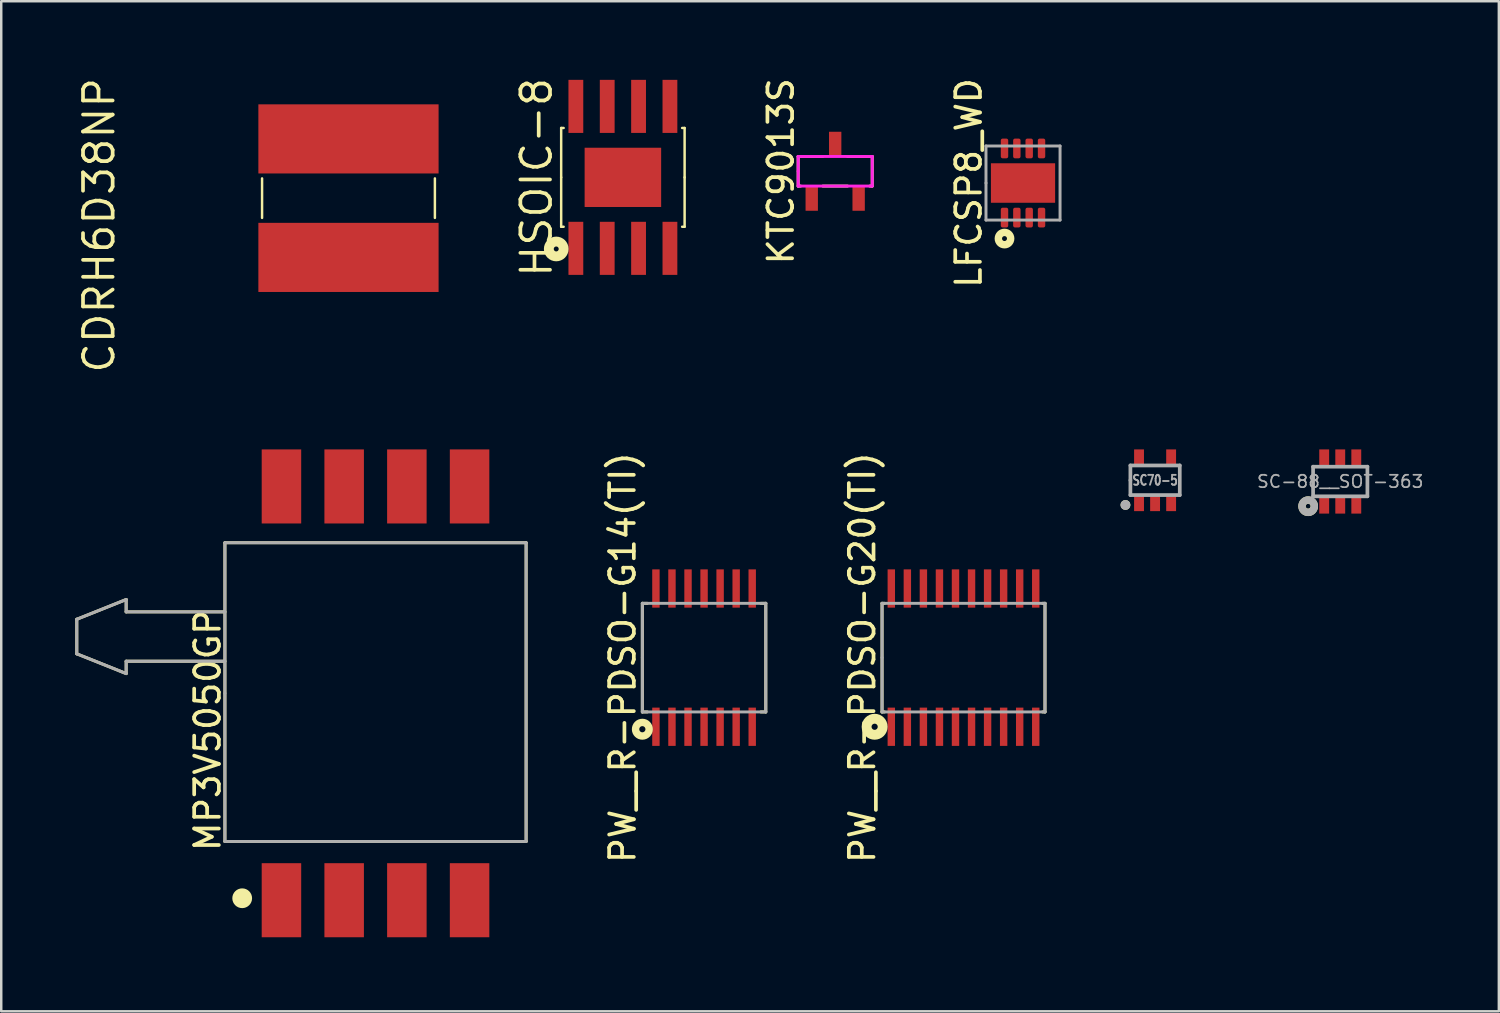
<source format=kicad_pcb>
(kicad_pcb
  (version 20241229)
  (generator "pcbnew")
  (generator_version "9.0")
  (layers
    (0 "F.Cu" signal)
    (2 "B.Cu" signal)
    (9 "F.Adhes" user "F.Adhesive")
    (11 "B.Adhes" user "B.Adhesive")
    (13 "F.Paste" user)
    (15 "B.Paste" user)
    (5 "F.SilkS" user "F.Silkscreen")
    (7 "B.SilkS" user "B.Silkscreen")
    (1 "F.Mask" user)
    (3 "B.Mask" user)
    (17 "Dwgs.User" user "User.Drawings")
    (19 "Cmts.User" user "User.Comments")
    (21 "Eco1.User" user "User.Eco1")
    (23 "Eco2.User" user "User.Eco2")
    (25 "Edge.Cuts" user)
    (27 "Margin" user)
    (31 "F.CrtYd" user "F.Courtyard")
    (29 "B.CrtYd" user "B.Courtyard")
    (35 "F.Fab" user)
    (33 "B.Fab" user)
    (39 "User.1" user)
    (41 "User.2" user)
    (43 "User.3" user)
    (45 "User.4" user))
  (footprint "CDRH6D38NP"
    (layer "F.Cu")
    (at 11.065 4.976)
    (property "Reference" "CDRH6D38NP" (at -10.1 1.1 90) (layer "F.SilkS") (effects (font (size 1.2 1.2) (thickness 0.15))))
    (attr through_hole)
    (fp_line (start -3.5 -0.8) (end -3.5 0.8) (stroke (width 0.1) (type solid)) (layer "F.SilkS"))
    (fp_line (start 3.5 -0.8) (end 3.5 0.8) (stroke (width 0.1) (type solid)) (layer "F.SilkS"))
    (pad "1" smd rect (at 0 2.4) (size 7.3 2.8) (layers "F.Cu" "F.Mask" "F.Paste"))
    (pad "2" smd rect (at 0 -2.4) (size 7.3 2.8) (layers "F.Cu" "F.Mask" "F.Paste")))
  (footprint "SC-88__SOT-363"
    (layer "F.Cu")
    (at 51.236 16.453)
    (property "Reference" "SC-88__SOT-363" (at 0 0 180) (layer "F.Fab") (effects (font (size 0.5 0.5) (thickness 0.07))))
    (attr through_hole)
    (fp_circle (center -1.3 1) (end -1.2 1) (stroke (width 0.3) (type solid)) (fill no) (layer "F.SilkS"))
    (fp_line (start -1.1 -0.6) (end 1.1 -0.6) (stroke (width 0.15) (type solid)) (layer "F.Fab"))
    (fp_line (start -1.1 0.6) (end -1.1 -0.6) (stroke (width 0.15) (type solid)) (layer "F.Fab"))
    (fp_line (start 1.1 -0.6) (end 1.1 0.6) (stroke (width 0.15) (type solid)) (layer "F.Fab"))
    (fp_line (start 1.1 0.6) (end -1.1 0.6) (stroke (width 0.15) (type solid)) (layer "F.Fab"))
    (fp_circle (center -1.3 1) (end -1.2 1) (stroke (width 0.3) (type solid)) (fill no) (layer "F.Fab"))
    (pad "1" smd rect (at -0.65 0.95) (size 0.4 0.7) (layers "F.Cu" "F.Mask" "F.Paste"))
    (pad "2" smd rect (at 0 0.95) (size 0.4 0.7) (layers "F.Cu" "F.Mask" "F.Paste"))
    (pad "3" smd rect (at 0.65 0.95) (size 0.4 0.7) (layers "F.Cu" "F.Mask" "F.Paste"))
    (pad "4" smd rect (at 0.65 -0.95) (size 0.4 0.7) (layers "F.Cu" "F.Mask" "F.Paste"))
    (pad "5" smd rect (at 0 -0.95) (size 0.4 0.7) (layers "F.Cu" "F.Mask" "F.Paste"))
    (pad "6" smd rect (at -0.65 -0.95) (size 0.4 0.7) (layers "F.Cu" "F.Mask" "F.Paste")))
  (footprint "PW__R-PDSO-G20(TI)"
    (layer "F.Cu")
    (at 35.977 23.587)
    (property "Reference" "PW__R-PDSO-G20(TI)" (at -4.1 0 90) (layer "F.SilkS") (effects (font (size 1 1) (thickness 0.15))))
    (attr smd)
    (fp_line (start -3.3 -2.2) (end -3.3 2.2) (stroke (width 0.12) (type solid)) (layer "F.SilkS"))
    (fp_line (start -3.3 2.2) (end -3.2 2.2) (stroke (width 0.12) (type solid)) (layer "F.SilkS"))
    (fp_line (start -3.2 -2.2) (end -3.3 -2.2) (stroke (width 0.12) (type solid)) (layer "F.SilkS"))
    (fp_line (start 3.2 -2.2) (end 3.3 -2.2) (stroke (width 0.12) (type solid)) (layer "F.SilkS"))
    (fp_line (start 3.3 -2.2) (end 3.3 2.2) (stroke (width 0.12) (type solid)) (layer "F.SilkS"))
    (fp_line (start 3.3 2.2) (end 3.2 2.2) (stroke (width 0.12) (type solid)) (layer "F.SilkS"))
    (fp_circle (center -3.6 2.8) (end -3.475 2.8) (stroke (width 0.4) (type solid)) (fill no) (layer "F.SilkS"))
    (fp_line (start -3.3 -2.2) (end 3.3 -2.2) (stroke (width 0.12) (type solid)) (layer "F.Fab"))
    (fp_line (start -3.3 0) (end -3.3 -2.2) (stroke (width 0.12) (type solid)) (layer "F.Fab"))
    (fp_line (start -3.3 2.2) (end -3.3 0) (stroke (width 0.12) (type solid)) (layer "F.Fab"))
    (fp_line (start 3.3 -2.2) (end 3.3 2.2) (stroke (width 0.12) (type solid)) (layer "F.Fab"))
    (fp_line (start 3.3 2.2) (end -3.3 2.2) (stroke (width 0.12) (type solid)) (layer "F.Fab"))
    (pad "1" smd rect (at -2.925 2.8) (size 0.3 1.55) (layers "F.Cu" "F.Mask" "F.Paste"))
    (pad "2" smd rect (at -2.275 2.8) (size 0.3 1.55) (layers "F.Cu" "F.Mask" "F.Paste"))
    (pad "3" smd rect (at -1.625 2.8) (size 0.3 1.55) (layers "F.Cu" "F.Mask" "F.Paste"))
    (pad "4" smd rect (at -0.975 2.8) (size 0.3 1.55) (layers "F.Cu" "F.Mask" "F.Paste"))
    (pad "5" smd rect (at -0.325 2.8) (size 0.3 1.55) (layers "F.Cu" "F.Mask" "F.Paste"))
    (pad "6" smd rect (at 0.325 2.8) (size 0.3 1.55) (layers "F.Cu" "F.Mask" "F.Paste"))
    (pad "7" smd rect (at 0.975 2.8) (size 0.3 1.55) (layers "F.Cu" "F.Mask" "F.Paste"))
    (pad "8" smd rect (at 1.625 2.8) (size 0.3 1.55) (layers "F.Cu" "F.Mask" "F.Paste"))
    (pad "9" smd rect (at 2.275 2.8) (size 0.3 1.55) (layers "F.Cu" "F.Mask" "F.Paste"))
    (pad "10" smd rect (at 2.925 2.8) (size 0.3 1.55) (layers "F.Cu" "F.Mask" "F.Paste"))
    (pad "11" smd rect (at 2.925 -2.8) (size 0.3 1.55) (layers "F.Cu" "F.Mask" "F.Paste"))
    (pad "12" smd rect (at 2.275 -2.8) (size 0.3 1.55) (layers "F.Cu" "F.Mask" "F.Paste"))
    (pad "13" smd rect (at 1.625 -2.8) (size 0.3 1.55) (layers "F.Cu" "F.Mask" "F.Paste"))
    (pad "14" smd rect (at 0.975 -2.8) (size 0.3 1.55) (layers "F.Cu" "F.Mask" "F.Paste"))
    (pad "15" smd rect (at 0.325 -2.8) (size 0.3 1.55) (layers "F.Cu" "F.Mask" "F.Paste"))
    (pad "16" smd rect (at -0.325 -2.8) (size 0.3 1.55) (layers "F.Cu" "F.Mask" "F.Paste"))
    (pad "17" smd rect (at -0.975 -2.8) (size 0.3 1.55) (layers "F.Cu" "F.Mask" "F.Paste"))
    (pad "18" smd rect (at -1.625 -2.8) (size 0.3 1.55) (layers "F.Cu" "F.Mask" "F.Paste"))
    (pad "19" smd rect (at -2.275 -2.8) (size 0.3 1.55) (layers "F.Cu" "F.Mask" "F.Paste"))
    (pad "20" smd rect (at -2.925 -2.8) (size 0.3 1.55) (layers "F.Cu" "F.Mask" "F.Paste")))
  (footprint "SC70-5"
    (layer "F.Cu")
    (at 43.736 16.403)
    (property "Reference" "SC70-5" (at 0 0 0) (layer "F.Fab") (effects (font (size 0.4 0.3) (thickness 0.075))))
    (attr through_hole)
    (fp_circle (center -1.2 1) (end -1.1 1) (stroke (width 0.2) (type solid)) (fill no) (layer "F.SilkS"))
    (fp_line (start -1 -0.6) (end 1 -0.6) (stroke (width 0.15) (type solid)) (layer "F.Fab"))
    (fp_line (start -1 0) (end -1 -0.6) (stroke (width 0.15) (type solid)) (layer "F.Fab"))
    (fp_line (start -1 0.6) (end -1 0) (stroke (width 0.15) (type solid)) (layer "F.Fab"))
    (fp_line (start 1 -0.6) (end 1 0.6) (stroke (width 0.15) (type solid)) (layer "F.Fab"))
    (fp_line (start 1 0.6) (end -1 0.6) (stroke (width 0.15) (type solid)) (layer "F.Fab"))
    (fp_circle (center -1.2 1) (end -1.1 1) (stroke (width 0.2) (type solid)) (fill no) (layer "F.Fab"))
    (pad "1" smd rect (at -0.65 0.95) (size 0.4 0.6) (layers "F.Cu" "F.Mask" "F.Paste"))
    (pad "2" smd rect (at 0 0.95) (size 0.4 0.6) (layers "F.Cu" "F.Mask" "F.Paste"))
    (pad "3" smd rect (at 0.65 0.95) (size 0.4 0.6) (layers "F.Cu" "F.Mask" "F.Paste"))
    (pad "4" smd rect (at 0.65 -0.95) (size 0.4 0.6) (layers "F.Cu" "F.Mask" "F.Paste"))
    (pad "5" smd rect (at -0.65 -0.95) (size 0.4 0.6) (layers "F.Cu" "F.Mask" "F.Paste")))
  (footprint "PW__R-PDSO-G14(TI)"
    (layer "F.Cu")
    (at 25.468 23.587)
    (property "Reference" "PW__R-PDSO-G14(TI)" (at -3.3 0 90) (layer "F.SilkS") (effects (font (size 1 1) (thickness 0.15))))
    (attr smd)
    (fp_line (start -2.5 -2.2) (end -2.5 2.2) (stroke (width 0.12) (type solid)) (layer "F.SilkS"))
    (fp_line (start -2.5 2.2) (end -2.3 2.2) (stroke (width 0.12) (type solid)) (layer "F.SilkS"))
    (fp_line (start -2.3 -2.2) (end -2.5 -2.2) (stroke (width 0.12) (type solid)) (layer "F.SilkS"))
    (fp_line (start 2.3 -2.2) (end 2.5 -2.2) (stroke (width 0.12) (type solid)) (layer "F.SilkS"))
    (fp_line (start 2.5 -2.2) (end 2.5 2.2) (stroke (width 0.12) (type solid)) (layer "F.SilkS"))
    (fp_line (start 2.5 2.2) (end 2.3 2.2) (stroke (width 0.12) (type solid)) (layer "F.SilkS"))
    (fp_circle (center -2.5 2.9) (end -2.375 2.9) (stroke (width 0.3) (type solid)) (fill no) (layer "F.SilkS"))
    (fp_line (start -2.5 -2.2) (end 2.5 -2.2) (stroke (width 0.12) (type solid)) (layer "F.Fab"))
    (fp_line (start -2.5 0) (end -2.5 -2.2) (stroke (width 0.12) (type solid)) (layer "F.Fab"))
    (fp_line (start -2.5 2.2) (end -2.5 0) (stroke (width 0.12) (type solid)) (layer "F.Fab"))
    (fp_line (start 2.5 -2.2) (end 2.5 2.2) (stroke (width 0.12) (type solid)) (layer "F.Fab"))
    (fp_line (start 2.5 2.2) (end -2.5 2.2) (stroke (width 0.12) (type solid)) (layer "F.Fab"))
    (pad "1" smd rect (at -1.95 2.8) (size 0.3 1.55) (layers "F.Cu" "F.Mask" "F.Paste"))
    (pad "2" smd rect (at -1.3 2.8) (size 0.3 1.55) (layers "F.Cu" "F.Mask" "F.Paste"))
    (pad "3" smd rect (at -0.65 2.8) (size 0.3 1.55) (layers "F.Cu" "F.Mask" "F.Paste"))
    (pad "4" smd rect (at 0 2.8) (size 0.3 1.55) (layers "F.Cu" "F.Mask" "F.Paste"))
    (pad "5" smd rect (at 0.65 2.8) (size 0.3 1.55) (layers "F.Cu" "F.Mask" "F.Paste"))
    (pad "6" smd rect (at 1.3 2.8) (size 0.3 1.55) (layers "F.Cu" "F.Mask" "F.Paste"))
    (pad "7" smd rect (at 1.95 2.8) (size 0.3 1.55) (layers "F.Cu" "F.Mask" "F.Paste"))
    (pad "8" smd rect (at 1.95 -2.8) (size 0.3 1.55) (layers "F.Cu" "F.Mask" "F.Paste"))
    (pad "9" smd rect (at 1.3 -2.8) (size 0.3 1.55) (layers "F.Cu" "F.Mask" "F.Paste"))
    (pad "10" smd rect (at 0.65 -2.8) (size 0.3 1.55) (layers "F.Cu" "F.Mask" "F.Paste"))
    (pad "11" smd rect (at 0 -2.8) (size 0.3 1.55) (layers "F.Cu" "F.Mask" "F.Paste"))
    (pad "12" smd rect (at -0.65 -2.8) (size 0.3 1.55) (layers "F.Cu" "F.Mask" "F.Paste"))
    (pad "13" smd rect (at -1.3 -2.8) (size 0.3 1.55) (layers "F.Cu" "F.Mask" "F.Paste"))
    (pad "14" smd rect (at -1.95 -2.8) (size 0.3 1.55) (layers "F.Cu" "F.Mask" "F.Paste")))
  (footprint "HSOIC-8"
    (layer "F.Cu")
    (at 22.18 4.134)
    (property "Reference" "HSOIC-8" (at -3.5 0 90) (layer "F.SilkS") (effects (font (size 1.2 1.2) (thickness 0.15))))
    (attr through_hole)
    (fp_line (start -2.5 -2) (end -2.4 -2) (stroke (width 0.1) (type solid)) (layer "F.SilkS"))
    (fp_line (start -2.5 0) (end -2.5 -2) (stroke (width 0.1) (type solid)) (layer "F.SilkS"))
    (fp_line (start -2.5 0) (end -2.5 2) (stroke (width 0.1) (type solid)) (layer "F.SilkS"))
    (fp_line (start -2.5 2) (end -2.4 2) (stroke (width 0.1) (type solid)) (layer "F.SilkS"))
    (fp_line (start 2.5 -2) (end 2.4 -2) (stroke (width 0.1) (type solid)) (layer "F.SilkS"))
    (fp_line (start 2.5 0) (end 2.5 -2) (stroke (width 0.1) (type solid)) (layer "F.SilkS"))
    (fp_line (start 2.5 0) (end 2.5 2) (stroke (width 0.1) (type solid)) (layer "F.SilkS"))
    (fp_line (start 2.5 2) (end 2.4 2) (stroke (width 0.1) (type solid)) (layer "F.SilkS"))
    (fp_circle (center -2.7 2.9) (end -2.6 2.9) (stroke (width 0.4) (type solid)) (fill no) (layer "F.SilkS"))
    (pad "1" smd rect (at -1.905 2.875) (size 0.6 2.15) (layers "F.Cu" "F.Mask" "F.Paste"))
    (pad "2" smd rect (at -0.635 2.875) (size 0.6 2.15) (layers "F.Cu" "F.Mask" "F.Paste"))
    (pad "3" smd rect (at 0.635 2.875) (size 0.6 2.15) (layers "F.Cu" "F.Mask" "F.Paste"))
    (pad "4" smd rect (at 1.905 2.875) (size 0.6 2.15) (layers "F.Cu" "F.Mask" "F.Paste"))
    (pad "5" smd rect (at 1.905 -2.875) (size 0.6 2.15) (layers "F.Cu" "F.Mask" "F.Paste"))
    (pad "6" smd rect (at 0.635 -2.875) (size 0.6 2.15) (layers "F.Cu" "F.Mask" "F.Paste"))
    (pad "7" smd rect (at -0.635 -2.875) (size 0.6 2.15) (layers "F.Cu" "F.Mask" "F.Paste"))
    (pad "8" smd rect (at -1.905 -2.875) (size 0.6 2.15) (layers "F.Cu" "F.Mask" "F.Paste"))
    (pad "8" smd rect (at 0 0) (size 3.1 2.4) (layers "F.Cu" "F.Mask" "F.Paste")))
  (footprint "MP3V5050GP"
    (layer "F.Cu")
    (at 12.16 25.033)
    (property "Reference" "MP3V5050GP" (at -6.8 1.5 90) (layer "F.SilkS") (effects (font (size 1 1) (thickness 0.15))))
    (attr smd)
    (fp_line (start -12.1 -3) (end -12.1 -1.6) (stroke (width 0.12) (type solid)) (layer "F.SilkS"))
    (fp_line (start -12.1 -1.6) (end -10.1 -0.8) (stroke (width 0.12) (type solid)) (layer "F.SilkS"))
    (fp_line (start -10.1 -3.8) (end -12.1 -3) (stroke (width 0.12) (type solid)) (layer "F.SilkS"))
    (fp_line (start -10.1 -3.3) (end -10.1 -3.8) (stroke (width 0.12) (type solid)) (layer "F.SilkS"))
    (fp_line (start -10.1 -3.3) (end -6.1 -3.3) (stroke (width 0.12) (type solid)) (layer "F.SilkS"))
    (fp_line (start -10.1 -1.3) (end -10.1 -0.8) (stroke (width 0.12) (type solid)) (layer "F.SilkS"))
    (fp_line (start -6.1 -6.1) (end 6.1 -6.1) (stroke (width 0.12) (type solid)) (layer "F.SilkS"))
    (fp_line (start -6.1 -1.3) (end -10.1 -1.3) (stroke (width 0.12) (type solid)) (layer "F.SilkS"))
    (fp_line (start -6.1 6) (end -6.1 -6.1) (stroke (width 0.12) (type solid)) (layer "F.SilkS"))
    (fp_line (start 6.1 -6.1) (end 6.1 6) (stroke (width 0.12) (type solid)) (layer "F.SilkS"))
    (fp_line (start 6.1 6) (end -6.1 6) (stroke (width 0.12) (type solid)) (layer "F.SilkS"))
    (fp_circle (center -5.4 8.3) (end -5.2 8.3) (stroke (width 0.4) (type solid)) (fill no) (layer "F.SilkS"))
    (fp_line (start -12.1 -3) (end -10.1 -3.8) (stroke (width 0.12) (type solid)) (layer "F.Fab"))
    (fp_line (start -12.1 -1.6) (end -12.1 -3) (stroke (width 0.12) (type solid)) (layer "F.Fab"))
    (fp_line (start -10.1 -3.8) (end -10.1 -3.3) (stroke (width 0.12) (type solid)) (layer "F.Fab"))
    (fp_line (start -10.1 -3.3) (end -6.1 -3.3) (stroke (width 0.12) (type solid)) (layer "F.Fab"))
    (fp_line (start -10.1 -1.3) (end -10.1 -0.8) (stroke (width 0.12) (type solid)) (layer "F.Fab"))
    (fp_line (start -10.1 -0.8) (end -12.1 -1.6) (stroke (width 0.12) (type solid)) (layer "F.Fab"))
    (fp_line (start -6.1 -6.1) (end 6.1 -6.1) (stroke (width 0.12) (type solid)) (layer "F.Fab"))
    (fp_line (start -6.1 -1.3) (end -10.1 -1.3) (stroke (width 0.12) (type solid)) (layer "F.Fab"))
    (fp_line (start -6.1 0) (end -6.1 -6.1) (stroke (width 0.12) (type solid)) (layer "F.Fab"))
    (fp_line (start -6.1 6) (end -6.1 0) (stroke (width 0.12) (type solid)) (layer "F.Fab"))
    (fp_line (start 6.1 -6.1) (end 6.1 6) (stroke (width 0.12) (type solid)) (layer "F.Fab"))
    (fp_line (start 6.1 6) (end -6.1 6) (stroke (width 0.12) (type solid)) (layer "F.Fab"))
    (pad "1" smd rect (at -3.81 8.38) (size 1.6 3) (layers "F.Cu" "F.Mask" "F.Paste"))
    (pad "2" smd rect (at -1.27 8.38) (size 1.6 3) (layers "F.Cu" "F.Mask" "F.Paste"))
    (pad "3" smd rect (at 1.27 8.38) (size 1.6 3) (layers "F.Cu" "F.Mask" "F.Paste"))
    (pad "4" smd rect (at 3.81 8.38) (size 1.6 3) (layers "F.Cu" "F.Mask" "F.Paste"))
    (pad "5" smd rect (at 3.81 -8.38) (size 1.6 3) (layers "F.Cu" "F.Mask" "F.Paste"))
    (pad "6" smd rect (at 1.27 -8.38) (size 1.6 3) (layers "F.Cu" "F.Mask" "F.Paste"))
    (pad "7" smd rect (at -1.27 -8.38) (size 1.6 3) (layers "F.Cu" "F.Mask" "F.Paste"))
    (pad "8" smd rect (at -3.81 -8.38) (size 1.6 3) (layers "F.Cu" "F.Mask" "F.Paste")))
  (footprint "KTC9013S"
    (layer "F.Cu")
    (at 30.779 3.887)
    (property "Reference" "KTC9013S" (at -2.2 0 90) (layer "F.SilkS") (effects (font (size 1 1) (thickness 0.15))))
    (attr smd)
    (fp_line (start -1.5 -0.6) (end -1.5 0.6) (stroke (width 0.12) (type solid)) (layer "F.SilkS"))
    (fp_line (start -1.5 0.6) (end -1.4 0.6) (stroke (width 0.12) (type solid)) (layer "F.SilkS"))
    (fp_line (start -0.5 -0.6) (end -1.5 -0.6) (stroke (width 0.12) (type solid)) (layer "F.SilkS"))
    (fp_line (start -0.5 0.6) (end 0.5 0.6) (stroke (width 0.12) (type solid)) (layer "F.SilkS"))
    (fp_line (start 1.4 0.6) (end 1.5 0.6) (stroke (width 0.12) (type solid)) (layer "F.SilkS"))
    (fp_line (start 1.5 -0.6) (end 0.5 -0.6) (stroke (width 0.12) (type solid)) (layer "F.SilkS"))
    (fp_line (start 1.5 0.6) (end 1.5 -0.6) (stroke (width 0.12) (type solid)) (layer "F.SilkS"))
    (fp_line (start -1.5 -0.6) (end 1.5 -0.6) (stroke (width 0.12) (type solid)) (layer "F.CrtYd"))
    (fp_line (start -1.5 0) (end -1.5 -0.6) (stroke (width 0.12) (type solid)) (layer "F.CrtYd"))
    (fp_line (start -1.5 0.6) (end -1.5 0) (stroke (width 0.12) (type solid)) (layer "F.CrtYd"))
    (fp_line (start 1.5 -0.6) (end 1.5 0.6) (stroke (width 0.12) (type solid)) (layer "F.CrtYd"))
    (fp_line (start 1.5 0.6) (end -1.5 0.6) (stroke (width 0.12) (type solid)) (layer "F.CrtYd"))
    (pad "1" smd rect (at 0.95 1.1) (size 0.5 1) (layers "F.Cu" "F.Mask" "F.Paste"))
    (pad "2" smd rect (at -0.95 1.1) (size 0.5 1) (layers "F.Cu" "F.Mask" "F.Paste"))
    (pad "3" smd rect (at 0 -1.1) (size 0.5 1) (layers "F.Cu" "F.Mask" "F.Paste")))
  (footprint "LFCSP8_WD"
    (layer "F.Cu")
    (at 38.387 4.363)
    (property "Reference" "LFCSP8_WD" (at -2.2 0 90) (layer "F.SilkS") (effects (font (size 1 1) (thickness 0.15))))
    (attr smd)
    (fp_circle (center -0.75 2.25) (end -0.65 2.25) (stroke (width 0.3) (type solid)) (fill no) (layer "F.SilkS"))
    (fp_line (start -1.5 -1.5) (end 1.5 -1.5) (stroke (width 0.12) (type solid)) (layer "F.Fab"))
    (fp_line (start -1.5 0) (end -1.5 -1.5) (stroke (width 0.12) (type solid)) (layer "F.Fab"))
    (fp_line (start -1.5 1.5) (end -1.5 0) (stroke (width 0.12) (type solid)) (layer "F.Fab"))
    (fp_line (start 1.5 -1.5) (end 1.5 1.5) (stroke (width 0.12) (type solid)) (layer "F.Fab"))
    (fp_line (start 1.5 1.5) (end -1.5 1.5) (stroke (width 0.12) (type solid)) (layer "F.Fab"))
    (pad "1" smd roundrect (at -0.75 1.4) (size 0.3 0.8) (layers "F.Cu" "F.Mask" "F.Paste") (roundrect_rratio 0.25))
    (pad "2" smd roundrect (at -0.25 1.4) (size 0.3 0.8) (layers "F.Cu" "F.Mask" "F.Paste") (roundrect_rratio 0.25))
    (pad "3" smd roundrect (at 0.25 1.4) (size 0.3 0.8) (layers "F.Cu" "F.Mask" "F.Paste") (roundrect_rratio 0.25))
    (pad "4" smd roundrect (at 0.75 1.4) (size 0.3 0.8) (layers "F.Cu" "F.Mask" "F.Paste") (roundrect_rratio 0.25))
    (pad "5" smd roundrect (at 0.75 -1.4) (size 0.3 0.8) (layers "F.Cu" "F.Mask" "F.Paste") (roundrect_rratio 0.25))
    (pad "6" smd roundrect (at 0.25 -1.4) (size 0.3 0.8) (layers "F.Cu" "F.Mask" "F.Paste") (roundrect_rratio 0.25))
    (pad "7" smd roundrect (at -0.25 -1.4) (size 0.3 0.8) (layers "F.Cu" "F.Mask" "F.Paste") (roundrect_rratio 0.25))
    (pad "8" smd roundrect (at -0.75 -1.4) (size 0.3 0.8) (layers "F.Cu" "F.Mask" "F.Paste") (roundrect_rratio 0.25))
    (pad "9" smd rect (at 0 0) (size 2.6 1.6) (layers "F.Cu" "F.Mask" "F.Paste")))
  (gr_rect
    (start -3 -3)
    (end 57.66 37.913)
    (stroke (width 0.1) (type default))
    (fill no)
    (layer "Edge.Cuts")))
</source>
